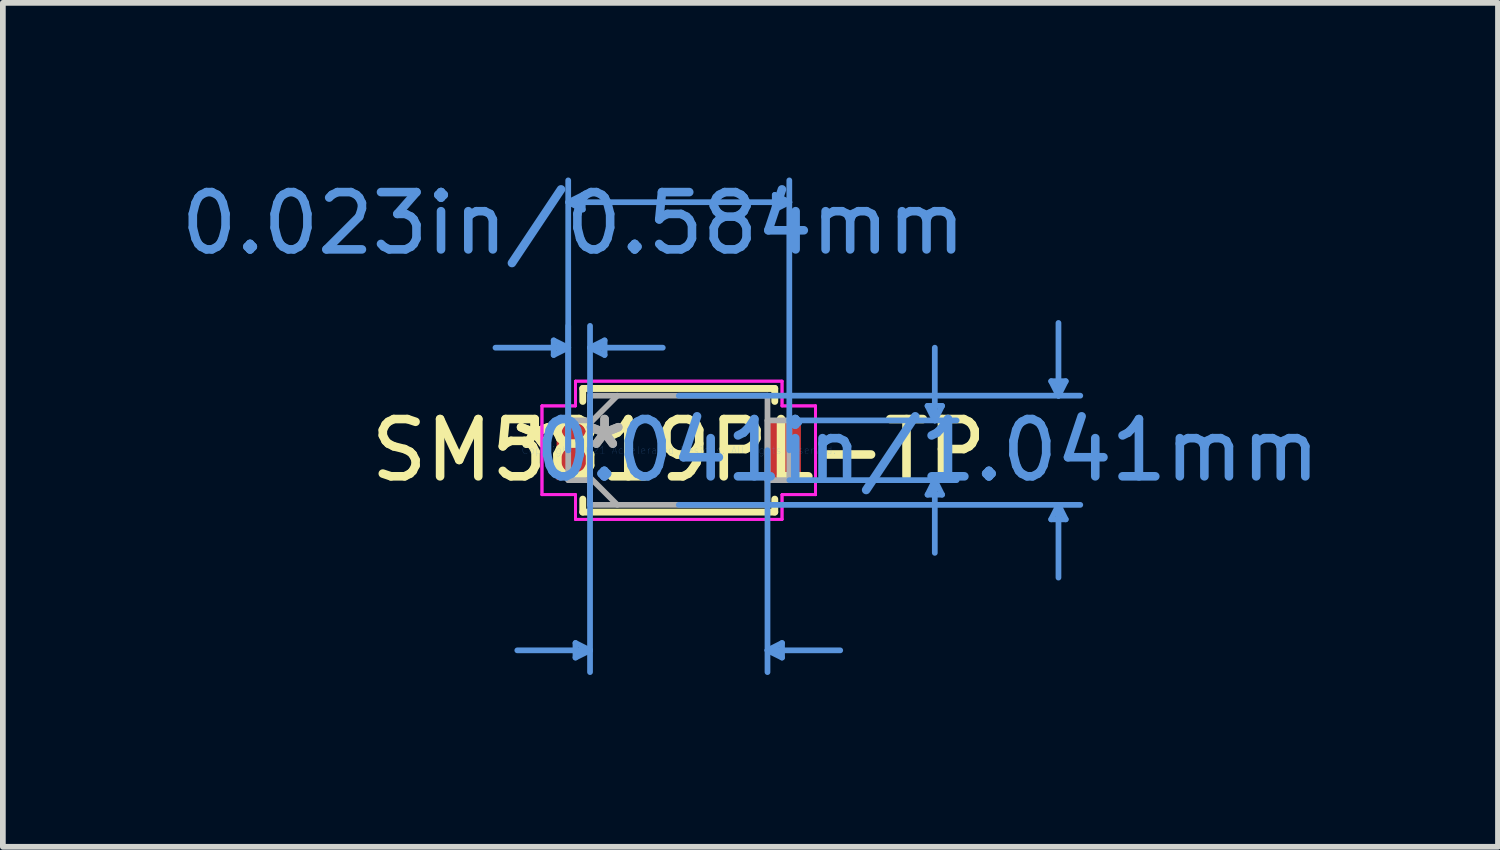
<source format=kicad_pcb>
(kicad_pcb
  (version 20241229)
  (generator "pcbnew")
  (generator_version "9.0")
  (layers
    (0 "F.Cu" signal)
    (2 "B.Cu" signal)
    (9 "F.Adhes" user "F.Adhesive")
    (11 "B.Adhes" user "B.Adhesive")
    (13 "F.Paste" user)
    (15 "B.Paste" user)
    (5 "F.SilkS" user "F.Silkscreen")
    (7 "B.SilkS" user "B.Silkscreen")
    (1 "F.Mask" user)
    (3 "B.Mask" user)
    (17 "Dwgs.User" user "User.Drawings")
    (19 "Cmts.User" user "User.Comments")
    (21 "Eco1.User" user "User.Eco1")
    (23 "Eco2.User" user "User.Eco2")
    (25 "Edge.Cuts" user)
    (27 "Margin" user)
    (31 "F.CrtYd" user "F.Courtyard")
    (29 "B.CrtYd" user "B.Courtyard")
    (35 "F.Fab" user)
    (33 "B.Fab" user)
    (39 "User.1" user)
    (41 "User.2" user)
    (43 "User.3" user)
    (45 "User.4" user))
  (footprint "SM5819PL-TP"
    (layer "F.Cu")
    (at 8.8 4.811)
    (property "Reference" "SM5819PL-TP" (at 0 0 0) (layer "F.SilkS") (effects (font (size 1 1) (thickness 0.15))))
    (attr through_hole)
    (fp_line (start -1.676 -1.079) (end -1.676 -0.853) (stroke (width 0.12) (type solid)) (layer "F.SilkS"))
    (fp_line (start -1.676 0.853) (end -1.676 1.079) (stroke (width 0.12) (type solid)) (layer "F.SilkS"))
    (fp_line (start -1.676 1.079) (end 1.676 1.079) (stroke (width 0.12) (type solid)) (layer "F.SilkS"))
    (fp_line (start 1.676 -1.079) (end -1.676 -1.079) (stroke (width 0.12) (type solid)) (layer "F.SilkS"))
    (fp_line (start 1.676 -0.853) (end 1.676 -1.079) (stroke (width 0.12) (type solid)) (layer "F.SilkS"))
    (fp_line (start 1.676 1.079) (end 1.676 0.853) (stroke (width 0.12) (type solid)) (layer "F.SilkS"))
    (fp_line (start -2.184 -1.918) (end -2.184 -1.664) (stroke (width 0.1) (type solid)) (layer "Cmts.User"))
    (fp_line (start -1.93 -4.331) (end -1.676 -4.458) (stroke (width 0.1) (type solid)) (layer "Cmts.User"))
    (fp_line (start -1.93 -4.331) (end -1.676 -4.204) (stroke (width 0.1) (type solid)) (layer "Cmts.User"))
    (fp_line (start -1.93 -4.331) (end 1.93 -4.331) (stroke (width 0.1) (type solid)) (layer "Cmts.User"))
    (fp_line (start -1.93 -1.791) (end -3.2 -1.791) (stroke (width 0.1) (type solid)) (layer "Cmts.User"))
    (fp_line (start -1.93 -1.791) (end -2.184 -1.918) (stroke (width 0.1) (type solid)) (layer "Cmts.User"))
    (fp_line (start -1.93 -1.791) (end -2.184 -1.664) (stroke (width 0.1) (type solid)) (layer "Cmts.User"))
    (fp_line (start -1.93 0) (end -1.93 -4.712) (stroke (width 0.1) (type solid)) (layer "Cmts.User"))
    (fp_line (start -1.93 0) (end -1.93 -2.172) (stroke (width 0.1) (type solid)) (layer "Cmts.User"))
    (fp_line (start -1.803 3.365) (end -1.803 3.619) (stroke (width 0.1) (type solid)) (layer "Cmts.User"))
    (fp_line (start -1.676 -4.458) (end -1.676 -4.204) (stroke (width 0.1) (type solid)) (layer "Cmts.User"))
    (fp_line (start -1.549 -1.791) (end -1.295 -1.918) (stroke (width 0.1) (type solid)) (layer "Cmts.User"))
    (fp_line (start -1.549 -1.791) (end -1.295 -1.664) (stroke (width 0.1) (type solid)) (layer "Cmts.User"))
    (fp_line (start -1.549 -1.791) (end -0.279 -1.791) (stroke (width 0.1) (type solid)) (layer "Cmts.User"))
    (fp_line (start -1.549 0) (end -1.549 -2.172) (stroke (width 0.1) (type solid)) (layer "Cmts.User"))
    (fp_line (start -1.549 0) (end -1.549 3.873) (stroke (width 0.1) (type solid)) (layer "Cmts.User"))
    (fp_line (start -1.549 3.493) (end -2.819 3.493) (stroke (width 0.1) (type solid)) (layer "Cmts.User"))
    (fp_line (start -1.549 3.493) (end -1.803 3.365) (stroke (width 0.1) (type solid)) (layer "Cmts.User"))
    (fp_line (start -1.549 3.493) (end -1.803 3.619) (stroke (width 0.1) (type solid)) (layer "Cmts.User"))
    (fp_line (start -1.295 -1.918) (end -1.295 -1.664) (stroke (width 0.1) (type solid)) (layer "Cmts.User"))
    (fp_line (start 0 -0.953) (end 7.01 -0.953) (stroke (width 0.1) (type solid)) (layer "Cmts.User"))
    (fp_line (start 0 0.953) (end 7.01 0.953) (stroke (width 0.1) (type solid)) (layer "Cmts.User"))
    (fp_line (start 1.549 0) (end 1.549 3.873) (stroke (width 0.1) (type solid)) (layer "Cmts.User"))
    (fp_line (start 1.549 3.493) (end 1.803 3.365) (stroke (width 0.1) (type solid)) (layer "Cmts.User"))
    (fp_line (start 1.549 3.493) (end 1.803 3.619) (stroke (width 0.1) (type solid)) (layer "Cmts.User"))
    (fp_line (start 1.549 3.493) (end 2.819 3.493) (stroke (width 0.1) (type solid)) (layer "Cmts.User"))
    (fp_line (start 1.676 -4.458) (end 1.676 -4.204) (stroke (width 0.1) (type solid)) (layer "Cmts.User"))
    (fp_line (start 1.803 3.365) (end 1.803 3.619) (stroke (width 0.1) (type solid)) (layer "Cmts.User"))
    (fp_line (start 1.93 -4.331) (end 1.676 -4.458) (stroke (width 0.1) (type solid)) (layer "Cmts.User"))
    (fp_line (start 1.93 -4.331) (end 1.676 -4.204) (stroke (width 0.1) (type solid)) (layer "Cmts.User"))
    (fp_line (start 1.93 -0.521) (end 4.851 -0.521) (stroke (width 0.1) (type solid)) (layer "Cmts.User"))
    (fp_line (start 1.93 0) (end 1.93 -4.712) (stroke (width 0.1) (type solid)) (layer "Cmts.User"))
    (fp_line (start 1.93 0.521) (end 4.851 0.521) (stroke (width 0.1) (type solid)) (layer "Cmts.User"))
    (fp_line (start 4.343 -0.775) (end 4.597 -0.775) (stroke (width 0.1) (type solid)) (layer "Cmts.User"))
    (fp_line (start 4.343 0.775) (end 4.597 0.775) (stroke (width 0.1) (type solid)) (layer "Cmts.User"))
    (fp_line (start 4.47 -0.521) (end 4.343 -0.775) (stroke (width 0.1) (type solid)) (layer "Cmts.User"))
    (fp_line (start 4.47 -0.521) (end 4.47 -1.791) (stroke (width 0.1) (type solid)) (layer "Cmts.User"))
    (fp_line (start 4.47 -0.521) (end 4.597 -0.775) (stroke (width 0.1) (type solid)) (layer "Cmts.User"))
    (fp_line (start 4.47 0.521) (end 4.343 0.775) (stroke (width 0.1) (type solid)) (layer "Cmts.User"))
    (fp_line (start 4.47 0.521) (end 4.47 1.791) (stroke (width 0.1) (type solid)) (layer "Cmts.User"))
    (fp_line (start 4.47 0.521) (end 4.597 0.775) (stroke (width 0.1) (type solid)) (layer "Cmts.User"))
    (fp_line (start 6.502 -1.206) (end 6.756 -1.206) (stroke (width 0.1) (type solid)) (layer "Cmts.User"))
    (fp_line (start 6.502 1.206) (end 6.756 1.206) (stroke (width 0.1) (type solid)) (layer "Cmts.User"))
    (fp_line (start 6.629 -0.953) (end 6.502 -1.206) (stroke (width 0.1) (type solid)) (layer "Cmts.User"))
    (fp_line (start 6.629 -0.953) (end 6.629 -2.223) (stroke (width 0.1) (type solid)) (layer "Cmts.User"))
    (fp_line (start 6.629 -0.953) (end 6.756 -1.206) (stroke (width 0.1) (type solid)) (layer "Cmts.User"))
    (fp_line (start 6.629 0.953) (end 6.502 1.206) (stroke (width 0.1) (type solid)) (layer "Cmts.User"))
    (fp_line (start 6.629 0.953) (end 6.629 2.223) (stroke (width 0.1) (type solid)) (layer "Cmts.User"))
    (fp_line (start 6.629 0.953) (end 6.756 1.206) (stroke (width 0.1) (type solid)) (layer "Cmts.User"))
    (fp_line (start -2.388 -0.775) (end -1.803 -0.775) (stroke (width 0.05) (type solid)) (layer "F.CrtYd"))
    (fp_line (start -2.388 -0.775) (end -1.803 -0.775) (stroke (width 0.05) (type solid)) (layer "F.CrtYd"))
    (fp_line (start -2.388 0.775) (end -2.388 -0.775) (stroke (width 0.05) (type solid)) (layer "F.CrtYd"))
    (fp_line (start -2.388 0.775) (end -2.388 -0.775) (stroke (width 0.05) (type solid)) (layer "F.CrtYd"))
    (fp_line (start -1.803 -1.206) (end 1.803 -1.206) (stroke (width 0.05) (type solid)) (layer "F.CrtYd"))
    (fp_line (start -1.803 -1.206) (end 1.803 -1.206) (stroke (width 0.05) (type solid)) (layer "F.CrtYd"))
    (fp_line (start -1.803 -0.775) (end -1.803 -1.206) (stroke (width 0.05) (type solid)) (layer "F.CrtYd"))
    (fp_line (start -1.803 -0.775) (end -1.803 -1.206) (stroke (width 0.05) (type solid)) (layer "F.CrtYd"))
    (fp_line (start -1.803 0.775) (end -2.388 0.775) (stroke (width 0.05) (type solid)) (layer "F.CrtYd"))
    (fp_line (start -1.803 0.775) (end -2.388 0.775) (stroke (width 0.05) (type solid)) (layer "F.CrtYd"))
    (fp_line (start -1.803 1.206) (end -1.803 0.775) (stroke (width 0.05) (type solid)) (layer "F.CrtYd"))
    (fp_line (start -1.803 1.206) (end -1.803 0.775) (stroke (width 0.05) (type solid)) (layer "F.CrtYd"))
    (fp_line (start 1.803 -1.206) (end 1.803 -0.775) (stroke (width 0.05) (type solid)) (layer "F.CrtYd"))
    (fp_line (start 1.803 -1.206) (end 1.803 -0.775) (stroke (width 0.05) (type solid)) (layer "F.CrtYd"))
    (fp_line (start 1.803 -0.775) (end 2.388 -0.775) (stroke (width 0.05) (type solid)) (layer "F.CrtYd"))
    (fp_line (start 1.803 -0.775) (end 2.388 -0.775) (stroke (width 0.05) (type solid)) (layer "F.CrtYd"))
    (fp_line (start 1.803 0.775) (end 1.803 1.206) (stroke (width 0.05) (type solid)) (layer "F.CrtYd"))
    (fp_line (start 1.803 0.775) (end 1.803 1.206) (stroke (width 0.05) (type solid)) (layer "F.CrtYd"))
    (fp_line (start 1.803 1.206) (end -1.803 1.206) (stroke (width 0.05) (type solid)) (layer "F.CrtYd"))
    (fp_line (start 1.803 1.206) (end -1.803 1.206) (stroke (width 0.05) (type solid)) (layer "F.CrtYd"))
    (fp_line (start 2.388 -0.775) (end 2.388 0.775) (stroke (width 0.05) (type solid)) (layer "F.CrtYd"))
    (fp_line (start 2.388 -0.775) (end 2.388 0.775) (stroke (width 0.05) (type solid)) (layer "F.CrtYd"))
    (fp_line (start 2.388 0.775) (end 1.803 0.775) (stroke (width 0.05) (type solid)) (layer "F.CrtYd"))
    (fp_line (start 2.388 0.775) (end 1.803 0.775) (stroke (width 0.05) (type solid)) (layer "F.CrtYd"))
    (fp_line (start -1.93 -0.521) (end -1.93 0.521) (stroke (width 0.1) (type solid)) (layer "F.Fab"))
    (fp_line (start -1.93 0.521) (end -1.549 0.521) (stroke (width 0.1) (type solid)) (layer "F.Fab"))
    (fp_line (start -1.549 -0.953) (end -1.549 0.953) (stroke (width 0.1) (type solid)) (layer "F.Fab"))
    (fp_line (start -1.549 -0.521) (end -1.93 -0.521) (stroke (width 0.1) (type solid)) (layer "F.Fab"))
    (fp_line (start -1.549 -0.476) (end -1.073 -0.953) (stroke (width 0.1) (type solid)) (layer "F.Fab"))
    (fp_line (start -1.549 0.476) (end -1.073 0.953) (stroke (width 0.1) (type solid)) (layer "F.Fab"))
    (fp_line (start -1.549 0.521) (end -1.549 -0.521) (stroke (width 0.1) (type solid)) (layer "F.Fab"))
    (fp_line (start -1.549 0.953) (end 1.549 0.953) (stroke (width 0.1) (type solid)) (layer "F.Fab"))
    (fp_line (start 1.549 -0.953) (end -1.549 -0.953) (stroke (width 0.1) (type solid)) (layer "F.Fab"))
    (fp_line (start 1.549 -0.521) (end 1.549 0.521) (stroke (width 0.1) (type solid)) (layer "F.Fab"))
    (fp_line (start 1.549 0.521) (end 1.93 0.521) (stroke (width 0.1) (type solid)) (layer "F.Fab"))
    (fp_line (start 1.549 0.953) (end 1.549 -0.953) (stroke (width 0.1) (type solid)) (layer "F.Fab"))
    (fp_line (start 1.93 -0.521) (end 1.549 -0.521) (stroke (width 0.1) (type solid)) (layer "F.Fab"))
    (fp_line (start 1.93 0.521) (end 1.93 -0.521) (stroke (width 0.1) (type solid)) (layer "F.Fab"))
    (fp_text user "*" (at -2.515 0 0) (layer "F.SilkS") (effects (font (size 1 1) (thickness 0.15))))
    (fp_text user "*" (at -2.515 0 0) (layer "F.SilkS") (effects (font (size 1 1) (thickness 0.15))))
    (fp_text user "0.041in/1.041mm" (at 4.343 0 0) (layer "Cmts.User") (effects (font (size 1 1) (thickness 0.15))))
    (fp_text user "Copyright 2021 Accelerated Designs. All rights reserved." (at 0 0 0) (layer "Cmts.User") (effects (font (size 0.127 0.127) (thickness 0.002))))
    (fp_text user "0.023in/0.584mm" (at -1.841 -3.962 0) (layer "Cmts.User") (effects (font (size 1 1) (thickness 0.15))))
    (fp_text user "*" (at -1.295 0 0) (layer "F.Fab") (effects (font (size 1 1) (thickness 0.15))))
    (fp_text user "*" (at -1.295 0 0) (layer "F.Fab") (effects (font (size 1 1) (thickness 0.15))))
    (pad "1" smd rect (at -1.841 0) (size 0.584 1.041) (layers "F.Cu" "F.Mask" "F.Paste"))
    (pad "2" smd rect (at 1.841 0) (size 0.584 1.041) (layers "F.Cu" "F.Mask" "F.Paste")))
  (gr_rect
    (start -3 -3)
    (end 23.102 11.734)
    (stroke (width 0.1) (type default))
    (fill no)
    (layer "Edge.Cuts")))
</source>
